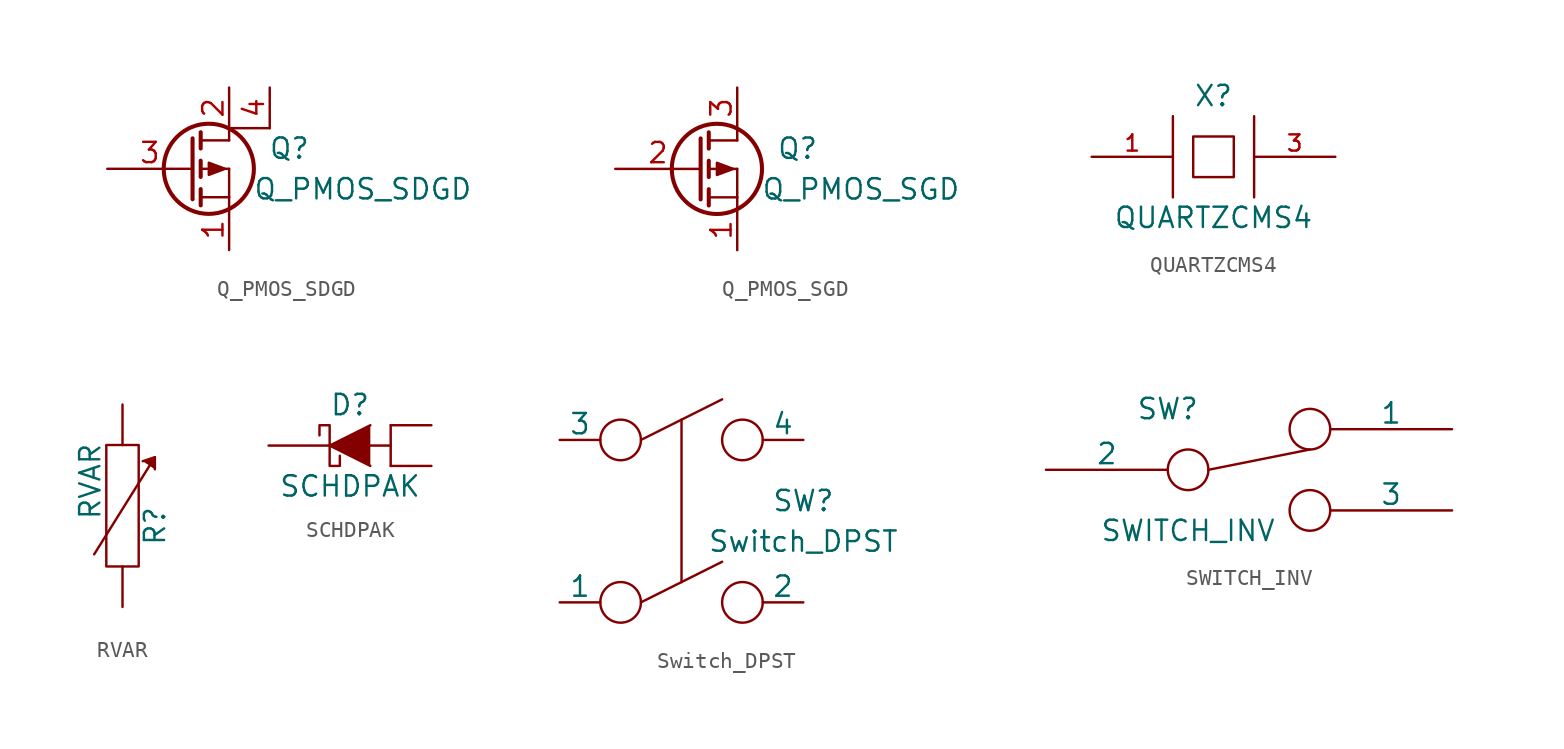
<source format=kicad_sym>
(kicad_symbol_lib
  (version 20211014)
  (generator kicad_symbol_editor)
  (symbol "Q_PMOS_SDGD"
    (pin_names
      (offset 0) hide)
    (property "Reference" "Q"
      (at 7.62 1.27 0)
      (effects (font (size 1.27 1.27)) (justify right)))
    (property "Value" "Q_PMOS_SDGD"
      (at 17.78 -1.27 0)
      (effects (font (size 1.27 1.27)) (justify right)))
    (property "Footprint" ""
      (at 5.08 2.54 0)
      (effects (font (size 1.27 1.27))))
    (property "Datasheet" ""
      (at 0 0 0)
      (effects (font (size 1.27 1.27))))
    (symbol "Q_PMOS_SDGD_0_1"
      (polyline (pts (xy 0.762 -1.778) (xy 2.54 -1.778)) (stroke (width 0) (type default) (color 0 0 0 0)) (fill (type none)))
      (polyline (pts (xy 0.762 -1.27) (xy 0.762 -2.286)) (stroke (width 0.254) (type default) (color 0 0 0 0)) (fill (type none)))
      (polyline (pts (xy 0.762 0) (xy 2.54 0)) (stroke (width 0) (type default) (color 0 0 0 0)) (fill (type none)))
      (polyline (pts (xy 0.762 0.508) (xy 0.762 -0.508)) (stroke (width 0.254) (type default) (color 0 0 0 0)) (fill (type none)))
      (polyline (pts (xy 0.762 1.778) (xy 2.54 1.778)) (stroke (width 0) (type default) (color 0 0 0 0)) (fill (type none)))
      (polyline (pts (xy 0.762 2.286) (xy 0.762 1.27)) (stroke (width 0.254) (type default) (color 0 0 0 0)) (fill (type none)))
      (polyline (pts (xy 2.54 -1.778) (xy 2.54 -2.54)) (stroke (width 0) (type default) (color 0 0 0 0)) (fill (type none)))
      (polyline (pts (xy 2.54 -1.778) (xy 2.54 0)) (stroke (width 0) (type default) (color 0 0 0 0)) (fill (type none)))
      (polyline (pts (xy 2.54 2.54) (xy 2.54 1.778)) (stroke (width 0) (type default) (color 0 0 0 0)) (fill (type none)))
      (polyline (pts (xy 5.08 2.54) (xy 2.54 2.54)) (stroke (width 0) (type default) (color 0 0 0 0)) (fill (type none)))
      (polyline (pts (xy 0.254 1.905) (xy 0.254 -1.905) (xy 0.254 -1.905)) (stroke (width 0.254) (type default) (color 0 0 0 0)) (fill (type none)))
      (polyline (pts (xy 2.286 0) (xy 1.27 -0.381) (xy 1.27 0.381) (xy 2.286 0)) (stroke (width 0) (type default) (color 0 0 0 0)) (fill (type outline)))
      (circle (center 1.27 0) (radius 2.819) (stroke (width 0.254) (type default) (color 0 0 0 0)) (fill (type none))))
    (symbol "Q_PMOS_SDGD_1_1"
      (pin passive line (at 2.54 -5.08 90) (length 2.54) (name "S" (effects (font (size 1.27 1.27)))) (number "1" (effects (font (size 1.27 1.27)))))
      (pin passive line (at 2.54 5.08 270) (length 2.54) (name "D" (effects (font (size 1.27 1.27)))) (number "2" (effects (font (size 1.27 1.27)))))
      (pin input line (at -5.08 0 0) (length 5.334) (name "G" (effects (font (size 1.27 1.27)))) (number "3" (effects (font (size 1.27 1.27)))))
      (pin passive line (at 5.08 5.08 270) (length 2.54) (name "D" (effects (font (size 1.27 1.27)))) (number "4" (effects (font (size 1.27 1.27)))))))
  (symbol "Q_PMOS_SGD"
    (pin_names
      (offset 0) hide)
    (property "Reference" "Q"
      (at 7.62 1.27 0)
      (effects (font (size 1.27 1.27)) (justify right)))
    (property "Value" "Q_PMOS_SGD"
      (at 16.51 -1.27 0)
      (effects (font (size 1.27 1.27)) (justify right)))
    (property "Footprint" ""
      (at 5.08 2.54 0)
      (effects (font (size 1.27 1.27))))
    (property "Datasheet" ""
      (at 0 0 0)
      (effects (font (size 1.27 1.27))))
    (symbol "Q_PMOS_SGD_0_1"
      (polyline (pts (xy 0.762 -1.778) (xy 2.54 -1.778)) (stroke (width 0) (type default) (color 0 0 0 0)) (fill (type none)))
      (polyline (pts (xy 0.762 -1.27) (xy 0.762 -2.286)) (stroke (width 0.254) (type default) (color 0 0 0 0)) (fill (type none)))
      (polyline (pts (xy 0.762 0) (xy 2.54 0)) (stroke (width 0) (type default) (color 0 0 0 0)) (fill (type none)))
      (polyline (pts (xy 0.762 0.508) (xy 0.762 -0.508)) (stroke (width 0.254) (type default) (color 0 0 0 0)) (fill (type none)))
      (polyline (pts (xy 0.762 1.778) (xy 2.54 1.778)) (stroke (width 0) (type default) (color 0 0 0 0)) (fill (type none)))
      (polyline (pts (xy 0.762 2.286) (xy 0.762 1.27)) (stroke (width 0.254) (type default) (color 0 0 0 0)) (fill (type none)))
      (polyline (pts (xy 2.54 -1.778) (xy 2.54 -2.54)) (stroke (width 0) (type default) (color 0 0 0 0)) (fill (type none)))
      (polyline (pts (xy 2.54 -1.778) (xy 2.54 0)) (stroke (width 0) (type default) (color 0 0 0 0)) (fill (type none)))
      (polyline (pts (xy 2.54 2.54) (xy 2.54 1.778)) (stroke (width 0) (type default) (color 0 0 0 0)) (fill (type none)))
      (polyline (pts (xy 0.254 1.905) (xy 0.254 -1.905) (xy 0.254 -1.905)) (stroke (width 0.254) (type default) (color 0 0 0 0)) (fill (type none)))
      (polyline (pts (xy 2.286 0) (xy 1.27 -0.381) (xy 1.27 0.381) (xy 2.286 0)) (stroke (width 0) (type default) (color 0 0 0 0)) (fill (type outline)))
      (circle (center 1.27 0) (radius 2.819) (stroke (width 0.254) (type default) (color 0 0 0 0)) (fill (type none))))
    (symbol "Q_PMOS_SGD_1_1"
      (pin passive line (at 2.54 -5.08 90) (length 2.54) (name "S" (effects (font (size 1.27 1.27)))) (number "1" (effects (font (size 1.27 1.27)))))
      (pin input line (at -5.08 0 0) (length 5.334) (name "G" (effects (font (size 1.27 1.27)))) (number "2" (effects (font (size 1.27 1.27)))))
      (pin passive line (at 2.54 5.08 270) (length 2.54) (name "D" (effects (font (size 1.27 1.27)))) (number "3" (effects (font (size 1.27 1.27)))))))
  (symbol "QUARTZCMS4"
    (pin_names
      (offset 1.016) hide)
    (property "Reference" "X"
      (at 0 3.81 0)
      (effects (font (size 1.27 1.27))))
    (property "Value" "QUARTZCMS4"
      (at 0 -3.81 0)
      (effects (font (size 1.27 1.27))))
    (property "Footprint" ""
      (at 0 0 0)
      (effects (font (size 1.27 1.27))))
    (property "Datasheet" ""
      (at 0 0 0)
      (effects (font (size 1.27 1.27))))
    (symbol "QUARTZCMS4_0_1"
      (polyline (pts (xy -2.54 2.54) (xy -2.54 -2.54)) (stroke (width 0) (type default) (color 0 0 0 0)) (fill (type none)))
      (polyline (pts (xy 2.54 2.54) (xy 2.54 -2.54)) (stroke (width 0) (type default) (color 0 0 0 0)) (fill (type none)))
      (polyline (pts (xy -1.27 1.27) (xy 1.27 1.27) (xy 1.27 -1.27) (xy -1.27 -1.27) (xy -1.27 1.27)) (stroke (width 0) (type default) (color 0 0 0 0)) (fill (type none))))
    (symbol "QUARTZCMS4_1_1"
      (pin passive line (at -7.62 0 0) (length 5.08) (name "1" (effects (font (size 1.016 1.016)))) (number "1" (effects (font (size 1.016 1.016)))))
      (pin passive line (at 7.62 0 180) (length 5.08) (name "3" (effects (font (size 1.016 1.016)))) (number "3" (effects (font (size 1.016 1.016)))))))
  (symbol "RVAR"
    (pin_numbers hide)
    (pin_names
      (offset 0))
    (property "Reference" "R"
      (at 2.032 -1.27 90)
      (effects (font (size 1.27 1.27))))
    (property "Value" "RVAR"
      (at -2.032 1.524 90)
      (effects (font (size 1.27 1.27))))
    (property "Footprint" ""
      (at 0 0 0)
      (effects (font (size 1.27 1.27))))
    (property "Datasheet" ""
      (at 0 0 0)
      (effects (font (size 1.27 1.27))))
    (symbol "RVAR_0_1"
      (rectangle (start -1.016 3.81) (end 1.016 -3.81) (stroke (width 0) (type default) (color 0 0 0 0)) (fill (type none)))
      (polyline (pts (xy -1.778 -3.048) (xy 2.032 3.048)) (stroke (width 0) (type default) (color 0 0 0 0)) (fill (type none)))
      (polyline (pts (xy 2.032 2.286) (xy 2.032 3.048) (xy 1.27 2.794)) (stroke (width 0) (type default) (color 0 0 0 0)) (fill (type outline))))
    (symbol "RVAR_1_1"
      (pin passive line (at 0 6.35 270) (length 2.54) (name "~" (effects (font (size 1.27 1.27)))) (number "1" (effects (font (size 1.27 1.27)))))
      (pin passive line (at 0 -6.35 90) (length 2.54) (name "~" (effects (font (size 1.27 1.27)))) (number "2" (effects (font (size 1.27 1.27)))))))
  (symbol "SCHDPAK"
    (pin_numbers hide)
    (pin_names
      (offset 1.016) hide)
    (property "Reference" "D"
      (at 0 2.54 0)
      (effects (font (size 1.27 1.27))))
    (property "Value" "SCHDPAK"
      (at 0 -2.54 0)
      (effects (font (size 1.27 1.27))))
    (property "Footprint" ""
      (at 0 0 0)
      (effects (font (size 1.27 1.27))))
    (property "Datasheet" ""
      (at 0 0 0)
      (effects (font (size 1.27 1.27))))
    (symbol "SCHDPAK_0_1"
      (polyline (pts (xy 2.54 0) (xy 1.27 0)) (stroke (width 0) (type default) (color 0 0 0 0)) (fill (type none)))
      (polyline (pts (xy 2.54 1.27) (xy 2.54 -1.27)) (stroke (width 0) (type default) (color 0 0 0 0)) (fill (type none)))
      (polyline (pts (xy 1.27 1.27) (xy -1.27 0) (xy 1.27 -1.27)) (stroke (width 0) (type default) (color 0 0 0 0)) (fill (type outline)))
      (polyline (pts (xy -1.905 0.635) (xy -1.905 1.27) (xy -1.27 1.27) (xy -1.27 -1.27) (xy -0.635 -1.27) (xy -0.635 -0.635)) (stroke (width 0) (type default) (color 0 0 0 0)) (fill (type none))))
    (symbol "SCHDPAK_1_1"
      (pin passive line (at 5.08 -1.27 180) (length 2.54) (name "A" (effects (font (size 1.016 1.016)))) (number "1" (effects (font (size 1.016 1.016)))))
      (pin passive line (at -5.08 0 0) (length 3.81) (name "K" (effects (font (size 1.016 1.016)))) (number "2" (effects (font (size 1.016 1.016)))))
      (pin input line (at 5.08 1.27 180) (length 2.54) (name "A" (effects (font (size 1.016 1.016)))) (number "3" (effects (font (size 1.016 1.016)))))))
  (symbol "Switch_DPST"
    (pin_numbers hide)
    (pin_names
      (offset 0))
    (property "Reference" "SW"
      (at 7.62 1.27 0)
      (effects (font (size 1.27 1.27))))
    (property "Value" "Switch_DPST"
      (at 7.62 -1.27 0)
      (effects (font (size 1.27 1.27))))
    (property "Footprint" ""
      (at 0 0 0)
      (effects (font (size 1.27 1.27))))
    (property "Datasheet" ""
      (at 0 0 0)
      (effects (font (size 1.27 1.27))))
    (symbol "Switch_DPST_0_0"
      (circle (center -3.81 -5.08) (radius 1.27) (stroke (width 0) (type default) (color 0 0 0 0)) (fill (type none)))
      (circle (center -3.81 5.08) (radius 1.27) (stroke (width 0) (type default) (color 0 0 0 0)) (fill (type none)))
      (polyline (pts (xy -2.54 -5.08) (xy 2.54 -2.54)) (stroke (width 0) (type default) (color 0 0 0 0)) (fill (type none)))
      (polyline (pts (xy -2.54 5.08) (xy 2.54 7.62)) (stroke (width 0) (type default) (color 0 0 0 0)) (fill (type none)))
      (polyline (pts (xy 0 6.35) (xy 0 -3.81)) (stroke (width 0) (type default) (color 0 0 0 0)) (fill (type none)))
      (circle (center 3.81 -5.08) (radius 1.27) (stroke (width 0) (type default) (color 0 0 0 0)) (fill (type none)))
      (circle (center 3.81 5.08) (radius 1.27) (stroke (width 0) (type default) (color 0 0 0 0)) (fill (type none))))
    (symbol "Switch_DPST_1_1"
      (pin input line (at -7.62 -5.08 0) (length 2.54) (name "1" (effects (font (size 1.27 1.27)))) (number "1" (effects (font (size 1.27 1.27)))))
      (pin input line (at 7.62 -5.08 180) (length 2.54) (name "2" (effects (font (size 1.27 1.27)))) (number "2" (effects (font (size 1.27 1.27)))))
      (pin input line (at -7.62 5.08 0) (length 2.54) (name "3" (effects (font (size 1.27 1.27)))) (number "3" (effects (font (size 1.27 1.27)))))
      (pin input line (at 7.62 5.08 180) (length 2.54) (name "4" (effects (font (size 1.27 1.27)))) (number "4" (effects (font (size 1.27 1.27)))))))
  (symbol "SWITCH_INV"
    (pin_numbers hide)
    (pin_names
      (offset 0))
    (property "Reference" "SW"
      (at -5.08 3.81 0)
      (effects (font (size 1.27 1.27))))
    (property "Value" "SWITCH_INV"
      (at -3.81 -3.81 0)
      (effects (font (size 1.27 1.27))))
    (property "Footprint" ""
      (at 0 0 0)
      (effects (font (size 1.27 1.27))))
    (property "Datasheet" ""
      (at 0 0 0)
      (effects (font (size 1.27 1.27))))
    (symbol "SWITCH_INV_0_0"
      (circle (center -3.81 0) (radius 1.27) (stroke (width 0) (type default) (color 0 0 0 0)) (fill (type none)))
      (circle (center 3.81 -2.54) (radius 1.27) (stroke (width 0) (type default) (color 0 0 0 0)) (fill (type none))))
    (symbol "SWITCH_INV_0_1"
      (polyline (pts (xy -2.54 0) (xy 3.81 1.27)) (stroke (width 0) (type default) (color 0 0 0 0)) (fill (type none)))
      (circle (center 3.81 2.54) (radius 1.27) (stroke (width 0) (type default) (color 0 0 0 0)) (fill (type none))))
    (symbol "SWITCH_INV_1_1"
      (pin passive line (at 12.7 2.54 180) (length 7.62) (name "1" (effects (font (size 1.27 1.27)))) (number "1" (effects (font (size 1.27 1.27)))))
      (pin passive line (at -12.7 0 0) (length 7.62) (name "2" (effects (font (size 1.27 1.27)))) (number "2" (effects (font (size 1.27 1.27)))))
      (pin passive line (at 12.7 -2.54 180) (length 7.62) (name "3" (effects (font (size 1.27 1.27)))) (number "3" (effects (font (size 1.27 1.27))))))))
</source>
